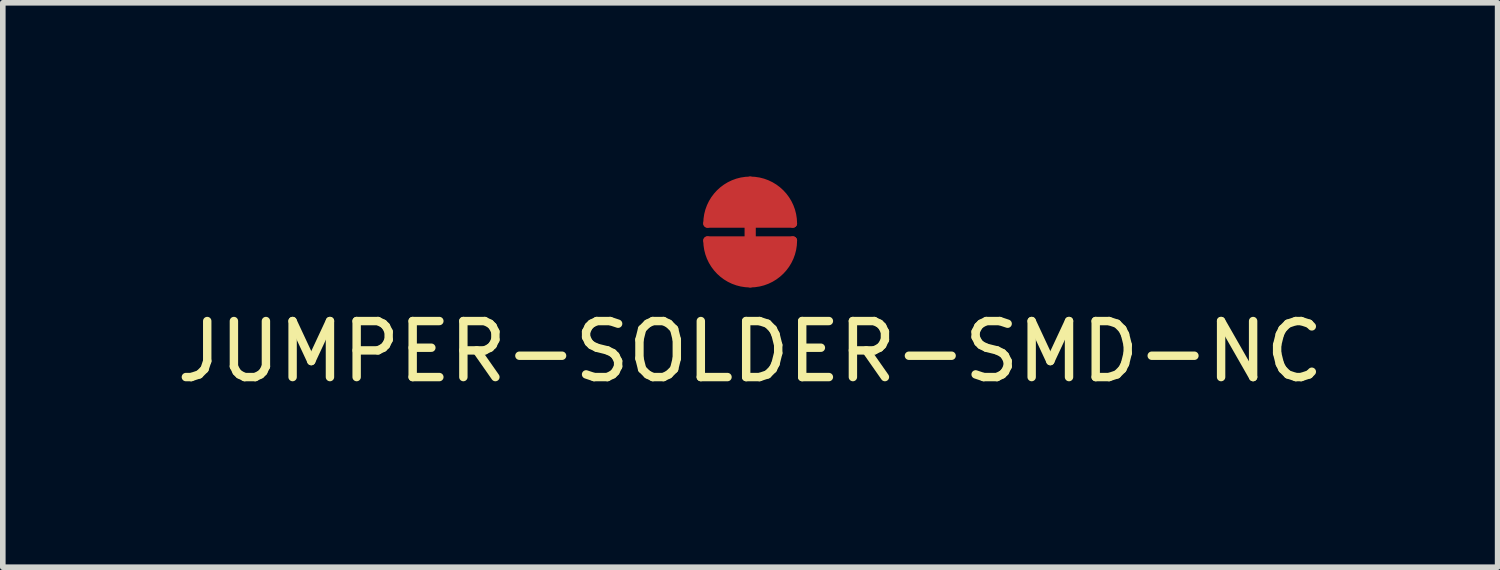
<source format=kicad_pcb>
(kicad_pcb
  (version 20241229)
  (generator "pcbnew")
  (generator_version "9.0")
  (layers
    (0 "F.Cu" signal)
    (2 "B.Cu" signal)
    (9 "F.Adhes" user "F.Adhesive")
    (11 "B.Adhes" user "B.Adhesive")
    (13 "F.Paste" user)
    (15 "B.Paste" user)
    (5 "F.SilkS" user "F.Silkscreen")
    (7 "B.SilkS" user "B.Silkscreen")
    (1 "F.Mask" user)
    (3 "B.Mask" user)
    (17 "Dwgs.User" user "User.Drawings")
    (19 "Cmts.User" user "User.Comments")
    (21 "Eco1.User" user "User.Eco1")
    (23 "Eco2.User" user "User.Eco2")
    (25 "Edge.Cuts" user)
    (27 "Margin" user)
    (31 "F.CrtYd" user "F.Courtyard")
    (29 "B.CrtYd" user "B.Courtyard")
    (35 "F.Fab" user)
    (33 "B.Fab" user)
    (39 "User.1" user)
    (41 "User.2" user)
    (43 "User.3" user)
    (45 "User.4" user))
  (footprint "JUMPER-SOLDER-SMD-NC"
    (layer "F.Cu")
    (at 10.339 1.091)
    (property "Reference" "JUMPER-SOLDER-SMD-NC" (at 0 2.134 0) (layer "F.SilkS") (effects (font (size 1 1) (thickness 0.15))))
    (attr through_hole)
    (fp_line (start -0.762 -0.152) (end 0.762 -0.152) (stroke (width 0.15) (type solid)) (layer "F.Cu"))
    (fp_line (start -0.762 0.152) (end 0.762 0.152) (stroke (width 0.15) (type solid)) (layer "F.Cu"))
    (fp_line (start -0.711 0.254) (end 0.66 0.254) (stroke (width 0.15) (type solid)) (layer "F.Cu"))
    (fp_line (start -0.66 -0.457) (end 0.61 -0.457) (stroke (width 0.15) (type solid)) (layer "F.Cu"))
    (fp_line (start -0.66 -0.356) (end -0.66 -0.457) (stroke (width 0.15) (type solid)) (layer "F.Cu"))
    (fp_line (start -0.66 -0.254) (end 0.66 -0.254) (stroke (width 0.15) (type solid)) (layer "F.Cu"))
    (fp_line (start -0.66 0.356) (end -0.66 0.457) (stroke (width 0.15) (type solid)) (layer "F.Cu"))
    (fp_line (start -0.66 0.457) (end 0.61 0.457) (stroke (width 0.15) (type solid)) (layer "F.Cu"))
    (fp_line (start -0.559 -0.559) (end -0.508 -0.66) (stroke (width 0.15) (type solid)) (layer "F.Cu"))
    (fp_line (start -0.508 -0.66) (end 0.457 -0.66) (stroke (width 0.15) (type solid)) (layer "F.Cu"))
    (fp_line (start -0.508 0.559) (end -0.508 0.66) (stroke (width 0.15) (type solid)) (layer "F.Cu"))
    (fp_line (start -0.508 0.66) (end 0.457 0.66) (stroke (width 0.15) (type solid)) (layer "F.Cu"))
    (fp_line (start -0.406 0.711) (end -0.406 0.762) (stroke (width 0.15) (type solid)) (layer "F.Cu"))
    (fp_line (start -0.406 0.762) (end 0.305 0.762) (stroke (width 0.15) (type solid)) (layer "F.Cu"))
    (fp_line (start -0.356 -0.762) (end -0.305 -0.813) (stroke (width 0.15) (type solid)) (layer "F.Cu"))
    (fp_line (start -0.305 -0.813) (end 0.254 -0.813) (stroke (width 0.15) (type solid)) (layer "F.Cu"))
    (fp_line (start 0 0.445) (end 0 -0.381) (stroke (width 0.2) (type solid)) (layer "F.Cu"))
    (fp_line (start 0.305 0.762) (end 0.305 0.813) (stroke (width 0.15) (type solid)) (layer "F.Cu"))
    (fp_line (start 0.305 0.813) (end -0.254 0.813) (stroke (width 0.15) (type solid)) (layer "F.Cu"))
    (fp_line (start 0.356 -0.762) (end -0.356 -0.762) (stroke (width 0.15) (type solid)) (layer "F.Cu"))
    (fp_line (start 0.457 -0.66) (end 0.356 -0.762) (stroke (width 0.15) (type solid)) (layer "F.Cu"))
    (fp_line (start 0.457 0.66) (end 0.457 0.711) (stroke (width 0.15) (type solid)) (layer "F.Cu"))
    (fp_line (start 0.457 0.711) (end -0.406 0.711) (stroke (width 0.15) (type solid)) (layer "F.Cu"))
    (fp_line (start 0.61 -0.559) (end -0.559 -0.559) (stroke (width 0.15) (type solid)) (layer "F.Cu"))
    (fp_line (start 0.61 -0.457) (end 0.61 -0.559) (stroke (width 0.15) (type solid)) (layer "F.Cu"))
    (fp_line (start 0.61 0.457) (end 0.61 0.508) (stroke (width 0.15) (type solid)) (layer "F.Cu"))
    (fp_line (start 0.61 0.457) (end 0.61 0.559) (stroke (width 0.15) (type solid)) (layer "F.Cu"))
    (fp_line (start 0.61 0.559) (end -0.508 0.559) (stroke (width 0.15) (type solid)) (layer "F.Cu"))
    (fp_line (start 0.66 -0.356) (end -0.66 -0.356) (stroke (width 0.15) (type solid)) (layer "F.Cu"))
    (fp_line (start 0.66 -0.254) (end 0.66 -0.356) (stroke (width 0.15) (type solid)) (layer "F.Cu"))
    (fp_line (start 0.66 0.254) (end 0.66 0.356) (stroke (width 0.15) (type solid)) (layer "F.Cu"))
    (fp_line (start 0.66 0.356) (end -0.66 0.356) (stroke (width 0.15) (type solid)) (layer "F.Cu"))
    (fp_arc (start -0.762 -0.1524) (mid -0.538815 -0.691215) (end 0 -0.9144) (stroke (width 0.15) (type solid)) (layer "F.Cu"))
    (fp_arc (start 0 -0.9144) (mid 0.538815 -0.691215) (end 0.762 -0.1524) (stroke (width 0.15) (type solid)) (layer "F.Cu"))
    (fp_arc (start 0 0.9144) (mid -0.538815 0.691215) (end -0.762 0.1524) (stroke (width 0.15) (type solid)) (layer "F.Cu"))
    (fp_arc (start 0.762 0.1524) (mid 0.538815 0.691215) (end 0 0.9144) (stroke (width 0.15) (type solid)) (layer "F.Cu"))
    (fp_line (start -0.889 -0.127) (end -0.889 0.127) (stroke (width 0.15) (type solid)) (layer "F.Mask"))
    (fp_line (start -0.889 0) (end 0.889 0) (stroke (width 0.15) (type solid)) (layer "F.Mask"))
    (fp_line (start -0.826 -0.381) (end 0.826 -0.381) (stroke (width 0.15) (type solid)) (layer "F.Mask"))
    (fp_line (start -0.826 0.254) (end 0.826 0.254) (stroke (width 0.15) (type solid)) (layer "F.Mask"))
    (fp_line (start -0.762 0.508) (end 0.762 0.508) (stroke (width 0.15) (type solid)) (layer "F.Mask"))
    (fp_line (start -0.699 -0.635) (end 0.699 -0.635) (stroke (width 0.15) (type solid)) (layer "F.Mask"))
    (fp_line (start -0.318 0.889) (end 0.381 0.889) (stroke (width 0.15) (type solid)) (layer "F.Mask"))
    (fp_line (start 0.381 -0.889) (end -0.381 -0.889) (stroke (width 0.15) (type solid)) (layer "F.Mask"))
    (fp_line (start 0.699 0.635) (end -0.699 0.635) (stroke (width 0.15) (type solid)) (layer "F.Mask"))
    (fp_line (start 0.762 -0.508) (end -0.762 -0.508) (stroke (width 0.15) (type solid)) (layer "F.Mask"))
    (fp_line (start 0.826 -0.254) (end -0.826 -0.254) (stroke (width 0.15) (type solid)) (layer "F.Mask"))
    (fp_line (start 0.826 0.381) (end -0.826 0.381) (stroke (width 0.15) (type solid)) (layer "F.Mask"))
    (fp_line (start 0.889 -0.127) (end -0.889 -0.127) (stroke (width 0.15) (type solid)) (layer "F.Mask"))
    (fp_line (start 0.889 -0.127) (end 0.889 0.127) (stroke (width 0.15) (type solid)) (layer "F.Mask"))
    (fp_line (start 0.889 0.127) (end -0.889 0.127) (stroke (width 0.15) (type solid)) (layer "F.Mask"))
    (fp_arc (start -0.889 -0.127) (mid -0.628618 -0.755618) (end 0 -1.016) (stroke (width 0.15) (type solid)) (layer "F.Mask"))
    (fp_arc (start 0 -1.016) (mid 0.628618 -0.755618) (end 0.889 -0.127) (stroke (width 0.15) (type solid)) (layer "F.Mask"))
    (fp_arc (start 0 1.016) (mid -0.628618 0.755618) (end -0.889 0.127) (stroke (width 0.15) (type solid)) (layer "F.Mask"))
    (fp_arc (start 0.889 0.127) (mid 0.628618 0.755618) (end 0 1.016) (stroke (width 0.15) (type solid)) (layer "F.Mask"))
    (pad "1" smd trapezoid (at 0 0.5 270) (size 0.6 1) (rect_delta 0.1 0) (layers "F.Cu" "F.Mask"))
    (pad "2" smd trapezoid (at 0 -0.5 90) (size 0.6 1) (rect_delta 0.1 0) (layers "F.Cu" "F.Mask")))
  (gr_rect
    (start -3 -3)
    (end 23.679 7.073)
    (stroke (width 0.1) (type default))
    (fill no)
    (layer "Edge.Cuts")))
</source>
